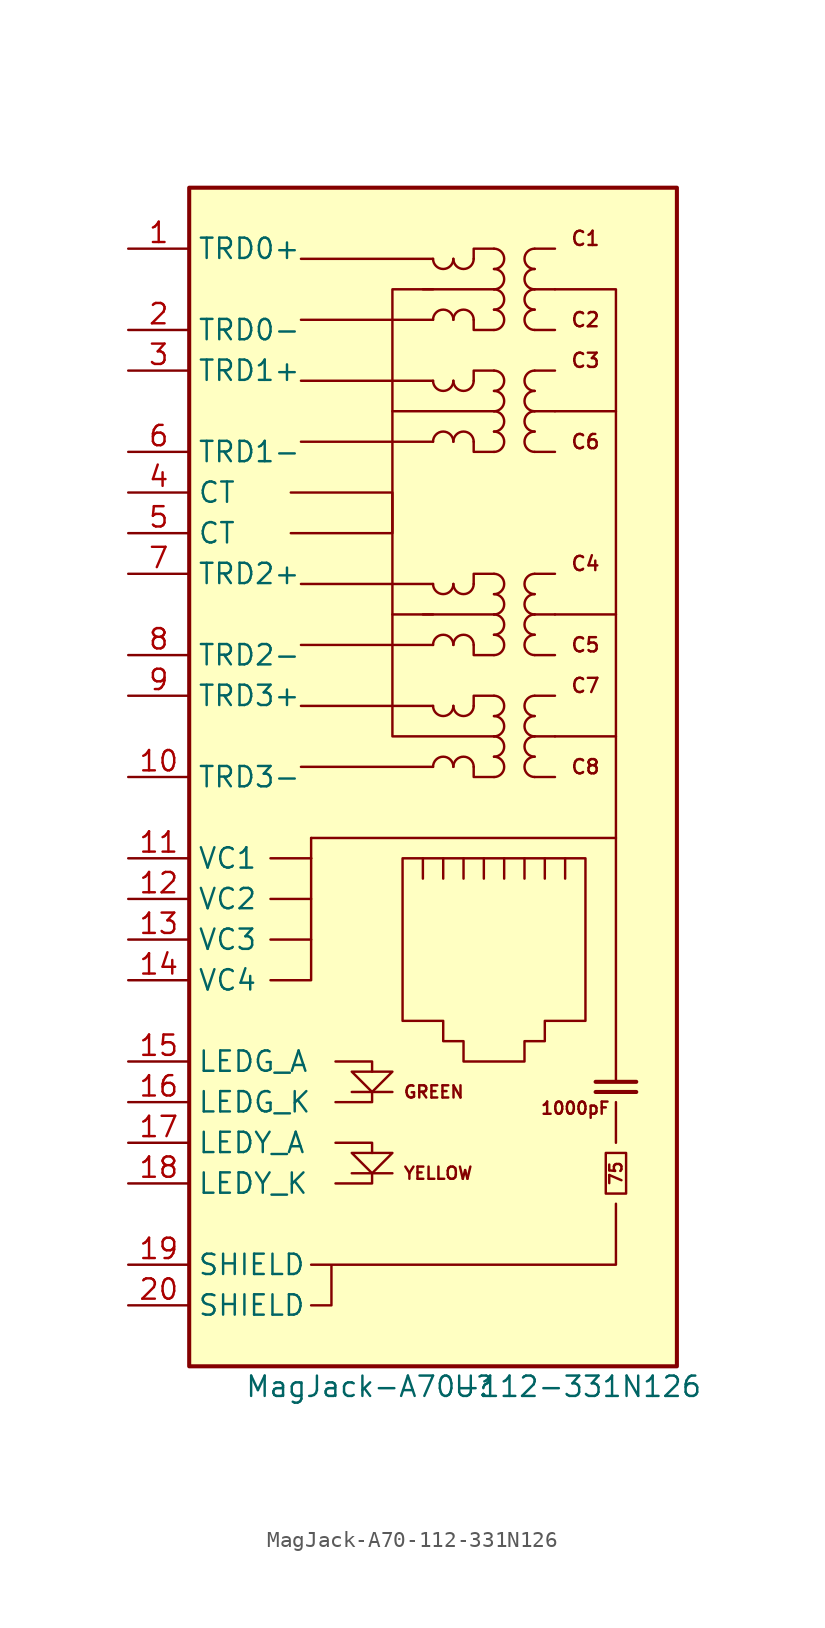
<source format=kicad_sym>
(kicad_symbol_lib
  (version 20220914)
  (generator kicad_symbol_editor)
  (symbol "MagJack-A70-112-331N126"
    (property "Reference" "U"
      (at 0 0 0)
      (effects (font (size 1.27 1.27))))
    (property "Value" "MagJack-A70-112-331N126"
      (at 0 0 0)
      (effects (font (size 1.27 1.27))))
    (symbol "MagJack-A70-112-331N126_0_1"
      (polyline (pts (xy 1.27 40.64) (xy -5.08 40.64) (xy -5.08 48.26) (xy -2.54 48.26) (xy -5.08 48.26)) (stroke (width 0) (type default)) (fill (type none)))
      (polyline (pts (xy 1.27 60.96) (xy -5.08 60.96) (xy -5.08 68.58) (xy -2.54 68.58) (xy -5.08 68.58)) (stroke (width 0) (type default)) (fill (type none))))
    (symbol "MagJack-A70-112-331N126_1_1"
      (rectangle (start -17.78 1.27) (end 12.7 74.93) (stroke (width 0.254) (type default)) (fill (type background)))
      (arc (start -2.54 42.545) (mid -1.905 41.9127) (end -1.27 42.545) (stroke (width 0) (type default)) (fill (type none)))
      (arc (start -2.54 50.165) (mid -1.905 49.5327) (end -1.27 50.165) (stroke (width 0) (type default)) (fill (type none)))
      (arc (start -2.54 62.865) (mid -1.905 62.2327) (end -1.27 62.865) (stroke (width 0) (type default)) (fill (type none)))
      (arc (start -2.54 70.485) (mid -1.905 69.8527) (end -1.27 70.485) (stroke (width 0) (type default)) (fill (type none)))
      (arc (start -1.27 38.735) (mid -1.905 39.3673) (end -2.54 38.735) (stroke (width 0) (type default)) (fill (type none)))
      (arc (start -1.27 42.545) (mid -0.635 41.9127) (end 0 42.545) (stroke (width 0) (type default)) (fill (type none)))
      (arc (start -1.27 46.355) (mid -1.905 46.9873) (end -2.54 46.355) (stroke (width 0) (type default)) (fill (type none)))
      (arc (start -1.27 50.165) (mid -0.635 49.5327) (end 0 50.165) (stroke (width 0) (type default)) (fill (type none)))
      (arc (start -1.27 59.055) (mid -1.905 59.6873) (end -2.54 59.055) (stroke (width 0) (type default)) (fill (type none)))
      (arc (start -1.27 62.865) (mid -0.635 62.2327) (end 0 62.865) (stroke (width 0) (type default)) (fill (type none)))
      (arc (start -1.27 66.675) (mid -1.905 67.3073) (end -2.54 66.675) (stroke (width 0) (type default)) (fill (type none)))
      (arc (start -1.27 70.485) (mid -0.635 69.8527) (end 0 70.485) (stroke (width 0) (type default)) (fill (type none)))
      (polyline (pts (xy -12.7 27.94) (xy -10.16 27.94)) (stroke (width 0) (type default)) (fill (type none)))
      (polyline (pts (xy -12.7 30.48) (xy -10.16 30.48)) (stroke (width 0) (type default)) (fill (type none)))
      (polyline (pts (xy -12.7 33.02) (xy -10.16 33.02)) (stroke (width 0) (type default)) (fill (type none)))
      (polyline (pts (xy -10.16 33.02) (xy -10.16 34.29)) (stroke (width 0) (type default)) (fill (type none)))
      (polyline (pts (xy -5.08 13.335) (xy -7.62 13.335)) (stroke (width 0) (type default)) (fill (type none)))
      (polyline (pts (xy -5.08 18.415) (xy -7.62 18.415)) (stroke (width 0) (type default)) (fill (type none)))
      (polyline (pts (xy -5.08 48.26) (xy -5.08 60.96)) (stroke (width 0) (type default)) (fill (type none)))
      (polyline (pts (xy -3.175 31.75) (xy -3.175 33.02)) (stroke (width 0) (type default)) (fill (type none)))
      (polyline (pts (xy -3.175 48.26) (xy 1.27 48.26)) (stroke (width 0) (type default)) (fill (type none)))
      (polyline (pts (xy -3.175 68.58) (xy 1.27 68.58)) (stroke (width 0) (type default)) (fill (type none)))
      (polyline (pts (xy -2.54 38.735) (xy -10.795 38.735)) (stroke (width 0) (type default)) (fill (type none)))
      (polyline (pts (xy -2.54 42.545) (xy -10.795 42.545)) (stroke (width 0) (type default)) (fill (type none)))
      (polyline (pts (xy -2.54 46.355) (xy -10.795 46.355)) (stroke (width 0) (type default)) (fill (type none)))
      (polyline (pts (xy -2.54 50.165) (xy -10.795 50.165)) (stroke (width 0) (type default)) (fill (type none)))
      (polyline (pts (xy -2.54 59.055) (xy -10.795 59.055)) (stroke (width 0) (type default)) (fill (type none)))
      (polyline (pts (xy -2.54 62.865) (xy -10.795 62.865)) (stroke (width 0) (type default)) (fill (type none)))
      (polyline (pts (xy -2.54 66.675) (xy -10.795 66.675)) (stroke (width 0) (type default)) (fill (type none)))
      (polyline (pts (xy -2.54 70.485) (xy -10.795 70.485)) (stroke (width 0) (type default)) (fill (type none)))
      (polyline (pts (xy -1.905 33.02) (xy -1.905 31.75)) (stroke (width 0) (type default)) (fill (type none)))
      (polyline (pts (xy -0.635 33.02) (xy -0.635 31.75)) (stroke (width 0) (type default)) (fill (type none)))
      (polyline (pts (xy 0.635 33.02) (xy 0.635 31.75)) (stroke (width 0) (type default)) (fill (type none)))
      (polyline (pts (xy 1.905 33.02) (xy 1.905 31.75)) (stroke (width 0) (type default)) (fill (type none)))
      (polyline (pts (xy 3.175 33.02) (xy 3.175 31.75)) (stroke (width 0) (type default)) (fill (type none)))
      (polyline (pts (xy 3.81 38.1) (xy 5.08 38.1)) (stroke (width 0) (type default)) (fill (type none)))
      (polyline (pts (xy 3.81 40.64) (xy 5.08 40.64)) (stroke (width 0) (type default)) (fill (type none)))
      (polyline (pts (xy 3.81 43.18) (xy 5.08 43.18)) (stroke (width 0) (type default)) (fill (type none)))
      (polyline (pts (xy 3.81 45.72) (xy 5.08 45.72)) (stroke (width 0) (type default)) (fill (type none)))
      (polyline (pts (xy 3.81 48.26) (xy 5.08 48.26)) (stroke (width 0) (type default)) (fill (type none)))
      (polyline (pts (xy 3.81 50.8) (xy 5.08 50.8)) (stroke (width 0) (type default)) (fill (type none)))
      (polyline (pts (xy 3.81 58.42) (xy 5.08 58.42)) (stroke (width 0) (type default)) (fill (type none)))
      (polyline (pts (xy 3.81 60.96) (xy 5.08 60.96)) (stroke (width 0) (type default)) (fill (type none)))
      (polyline (pts (xy 3.81 63.5) (xy 5.08 63.5)) (stroke (width 0) (type default)) (fill (type none)))
      (polyline (pts (xy 3.81 66.04) (xy 5.08 66.04)) (stroke (width 0) (type default)) (fill (type none)))
      (polyline (pts (xy 3.81 68.58) (xy 5.08 68.58)) (stroke (width 0) (type default)) (fill (type none)))
      (polyline (pts (xy 3.81 71.12) (xy 5.08 71.12)) (stroke (width 0) (type default)) (fill (type none)))
      (polyline (pts (xy 4.445 31.75) (xy 4.445 33.02)) (stroke (width 0) (type default)) (fill (type none)))
      (polyline (pts (xy 5.08 40.64) (xy 8.89 40.64)) (stroke (width 0) (type default)) (fill (type none)))
      (polyline (pts (xy 5.08 48.26) (xy 8.89 48.26)) (stroke (width 0) (type default)) (fill (type none)))
      (polyline (pts (xy 5.08 60.96) (xy 8.89 60.96)) (stroke (width 0) (type default)) (fill (type none)))
      (polyline (pts (xy 5.715 31.75) (xy 5.715 33.02)) (stroke (width 0) (type default)) (fill (type none)))
      (polyline (pts (xy 7.62 18.415) (xy 10.16 18.415)) (stroke (width 0.254) (type default)) (fill (type none)))
      (polyline (pts (xy 7.62 19.05) (xy 10.16 19.05)) (stroke (width 0.254) (type default)) (fill (type none)))
      (polyline (pts (xy 8.89 15.24) (xy 8.89 17.78)) (stroke (width 0) (type default)) (fill (type none)))
      (polyline (pts (xy 8.89 19.05) (xy 8.89 34.29)) (stroke (width 0) (type default)) (fill (type none)))
      (polyline (pts (xy -10.16 33.02) (xy -10.16 25.4) (xy -12.7 25.4)) (stroke (width 0) (type default)) (fill (type none)))
      (polyline (pts (xy -8.636 12.7) (xy -6.35 12.7) (xy -6.35 13.335)) (stroke (width 0) (type default)) (fill (type none)))
      (polyline (pts (xy -8.636 15.24) (xy -6.35 15.24) (xy -6.35 14.605)) (stroke (width 0) (type default)) (fill (type none)))
      (polyline (pts (xy -8.636 20.32) (xy -6.35 20.32) (xy -6.35 19.685)) (stroke (width 0) (type default)) (fill (type none)))
      (polyline (pts (xy -6.35 18.415) (xy -6.35 17.78) (xy -8.636 17.78)) (stroke (width 0) (type default)) (fill (type none)))
      (polyline (pts (xy 0 38.735) (xy 0 38.1) (xy 1.27 38.1)) (stroke (width 0) (type default)) (fill (type none)))
      (polyline (pts (xy 0 46.355) (xy 0 45.72) (xy 1.27 45.72)) (stroke (width 0) (type default)) (fill (type none)))
      (polyline (pts (xy 0 59.055) (xy 0 58.42) (xy 1.27 58.42)) (stroke (width 0) (type default)) (fill (type none)))
      (polyline (pts (xy 0 66.675) (xy 0 66.04) (xy 1.27 66.04)) (stroke (width 0) (type default)) (fill (type none)))
      (polyline (pts (xy 1.27 43.18) (xy 0 43.18) (xy 0 42.545)) (stroke (width 0) (type default)) (fill (type none)))
      (polyline (pts (xy 1.27 50.8) (xy 0 50.8) (xy 0 50.165)) (stroke (width 0) (type default)) (fill (type none)))
      (polyline (pts (xy 1.27 63.5) (xy 0 63.5) (xy 0 62.865)) (stroke (width 0) (type default)) (fill (type none)))
      (polyline (pts (xy 1.27 71.12) (xy 0 71.12) (xy 0 70.485)) (stroke (width 0) (type default)) (fill (type none)))
      (polyline (pts (xy -11.43 53.34) (xy -5.08 53.34) (xy -5.08 55.88) (xy -11.43 55.88)) (stroke (width 0) (type default)) (fill (type none)))
      (polyline (pts (xy -10.16 34.29) (xy 8.89 34.29) (xy 8.89 68.58) (xy 5.08 68.58)) (stroke (width 0) (type default)) (fill (type none)))
      (polyline (pts (xy -7.62 19.685) (xy -5.08 19.685) (xy -6.35 18.415) (xy -7.62 19.685)) (stroke (width 0) (type default)) (fill (type none)))
      (polyline (pts (xy -5.08 14.605) (xy -7.62 14.605) (xy -6.35 13.335) (xy -5.08 14.605)) (stroke (width 0) (type default)) (fill (type none)))
      (polyline (pts (xy -10.16 5.08) (xy -8.89 5.08) (xy -8.89 7.62) (xy -10.16 7.62) (xy -8.89 7.62) (xy 8.89 7.62) (xy 8.89 11.43)) (stroke (width 0) (type default)) (fill (type none)))
      (polyline (pts (xy -4.445 33.02) (xy 6.985 33.02) (xy 6.985 22.86) (xy 4.445 22.86) (xy 4.445 21.59) (xy 3.175 21.59) (xy 3.175 20.32) (xy -0.635 20.32) (xy -0.635 21.59) (xy -1.905 21.59) (xy -1.905 22.86) (xy -4.445 22.86) (xy -4.445 33.02)) (stroke (width 0) (type default)) (fill (type none)))
      (arc (start 0 38.735) (mid -0.635 39.3673) (end -1.27 38.735) (stroke (width 0) (type default)) (fill (type none)))
      (arc (start 0 46.355) (mid -0.635 46.9873) (end -1.27 46.355) (stroke (width 0) (type default)) (fill (type none)))
      (arc (start 0 59.055) (mid -0.635 59.6873) (end -1.27 59.055) (stroke (width 0) (type default)) (fill (type none)))
      (arc (start 0 66.675) (mid -0.635 67.3073) (end -1.27 66.675) (stroke (width 0) (type default)) (fill (type none)))
      (arc (start 1.27 38.1) (mid 1.9023 38.735) (end 1.27 39.37) (stroke (width 0) (type default)) (fill (type none)))
      (arc (start 1.27 39.37) (mid 1.9023 40.005) (end 1.27 40.64) (stroke (width 0) (type default)) (fill (type none)))
      (arc (start 1.27 40.64) (mid 1.9023 41.275) (end 1.27 41.91) (stroke (width 0) (type default)) (fill (type none)))
      (arc (start 1.27 41.91) (mid 1.9023 42.545) (end 1.27 43.18) (stroke (width 0) (type default)) (fill (type none)))
      (arc (start 1.27 45.72) (mid 1.9023 46.355) (end 1.27 46.99) (stroke (width 0) (type default)) (fill (type none)))
      (arc (start 1.27 46.99) (mid 1.9023 47.625) (end 1.27 48.26) (stroke (width 0) (type default)) (fill (type none)))
      (arc (start 1.27 48.26) (mid 1.9023 48.895) (end 1.27 49.53) (stroke (width 0) (type default)) (fill (type none)))
      (arc (start 1.27 49.53) (mid 1.9023 50.165) (end 1.27 50.8) (stroke (width 0) (type default)) (fill (type none)))
      (arc (start 1.27 58.42) (mid 1.9023 59.055) (end 1.27 59.69) (stroke (width 0) (type default)) (fill (type none)))
      (arc (start 1.27 59.69) (mid 1.9023 60.325) (end 1.27 60.96) (stroke (width 0) (type default)) (fill (type none)))
      (arc (start 1.27 60.96) (mid 1.9023 61.595) (end 1.27 62.23) (stroke (width 0) (type default)) (fill (type none)))
      (arc (start 1.27 62.23) (mid 1.9023 62.865) (end 1.27 63.5) (stroke (width 0) (type default)) (fill (type none)))
      (arc (start 1.27 66.04) (mid 1.9023 66.675) (end 1.27 67.31) (stroke (width 0) (type default)) (fill (type none)))
      (arc (start 1.27 67.31) (mid 1.9023 67.945) (end 1.27 68.58) (stroke (width 0) (type default)) (fill (type none)))
      (arc (start 1.27 68.58) (mid 1.9023 69.215) (end 1.27 69.85) (stroke (width 0) (type default)) (fill (type none)))
      (arc (start 1.27 69.85) (mid 1.9023 70.485) (end 1.27 71.12) (stroke (width 0) (type default)) (fill (type none)))
      (arc (start 3.81 39.37) (mid 3.1777 38.735) (end 3.81 38.1) (stroke (width 0) (type default)) (fill (type none)))
      (arc (start 3.81 40.64) (mid 3.1777 40.005) (end 3.81 39.37) (stroke (width 0) (type default)) (fill (type none)))
      (arc (start 3.81 41.91) (mid 3.1777 41.275) (end 3.81 40.64) (stroke (width 0) (type default)) (fill (type none)))
      (arc (start 3.81 43.18) (mid 3.1777 42.545) (end 3.81 41.91) (stroke (width 0) (type default)) (fill (type none)))
      (arc (start 3.81 46.99) (mid 3.1777 46.355) (end 3.81 45.72) (stroke (width 0) (type default)) (fill (type none)))
      (arc (start 3.81 48.26) (mid 3.1777 47.625) (end 3.81 46.99) (stroke (width 0) (type default)) (fill (type none)))
      (arc (start 3.81 49.53) (mid 3.1777 48.895) (end 3.81 48.26) (stroke (width 0) (type default)) (fill (type none)))
      (arc (start 3.81 50.8) (mid 3.1777 50.165) (end 3.81 49.53) (stroke (width 0) (type default)) (fill (type none)))
      (arc (start 3.81 59.69) (mid 3.1777 59.055) (end 3.81 58.42) (stroke (width 0) (type default)) (fill (type none)))
      (arc (start 3.81 60.96) (mid 3.1777 60.325) (end 3.81 59.69) (stroke (width 0) (type default)) (fill (type none)))
      (arc (start 3.81 62.23) (mid 3.1777 61.595) (end 3.81 60.96) (stroke (width 0) (type default)) (fill (type none)))
      (arc (start 3.81 63.5) (mid 3.1777 62.865) (end 3.81 62.23) (stroke (width 0) (type default)) (fill (type none)))
      (arc (start 3.81 67.31) (mid 3.1777 66.675) (end 3.81 66.04) (stroke (width 0) (type default)) (fill (type none)))
      (arc (start 3.81 68.58) (mid 3.1777 67.945) (end 3.81 67.31) (stroke (width 0) (type default)) (fill (type none)))
      (arc (start 3.81 69.85) (mid 3.1777 69.215) (end 3.81 68.58) (stroke (width 0) (type default)) (fill (type none)))
      (arc (start 3.81 71.12) (mid 3.1777 70.485) (end 3.81 69.85) (stroke (width 0) (type default)) (fill (type none)))
      (rectangle (start 9.525 12.065) (end 8.255 14.605) (stroke (width 0) (type default)) (fill (type none)))
      (text "1000pF" (at 6.35 17.399 0) (effects (font (size 0.762 0.762))))
      (text "75" (at 8.89 13.335 900) (effects (font (size 0.762 0.762))))
      (text "C1" (at 6.985 71.755 0) (effects (font (size 0.889 0.889))))
      (text "C2" (at 6.985 66.675 0) (effects (font (size 0.889 0.889))))
      (text "C3" (at 6.985 64.135 0) (effects (font (size 0.889 0.889))))
      (text "C4" (at 6.985 51.435 0) (effects (font (size 0.889 0.889))))
      (text "C5" (at 6.985 46.355 0) (effects (font (size 0.889 0.889))))
      (text "C6" (at 6.985 59.055 0) (effects (font (size 0.889 0.889))))
      (text "C7" (at 6.985 43.815 0) (effects (font (size 0.889 0.889))))
      (text "C8" (at 6.985 38.735 0) (effects (font (size 0.889 0.889))))
      (text "GREEN" (at -4.445 18.415 0) (effects (font (size 0.762 0.762)) (justify left)))
      (text "YELLOW" (at -4.445 13.335 0) (effects (font (size 0.762 0.762)) (justify left)))
      (pin passive line (at -21.59 71.12 0) (length 3.81) (name "TRD0+" (effects (font (size 1.27 1.27)))) (number "1" (effects (font (size 1.27 1.27)))))
      (pin passive line (at -21.59 38.1 0) (length 3.81) (name "TRD3-" (effects (font (size 1.27 1.27)))) (number "10" (effects (font (size 1.27 1.27)))))
      (pin passive line (at -21.59 33.02 0) (length 3.81) (name "VC1" (effects (font (size 1.27 1.27)))) (number "11" (effects (font (size 1.27 1.27)))))
      (pin passive line (at -21.59 30.48 0) (length 3.81) (name "VC2" (effects (font (size 1.27 1.27)))) (number "12" (effects (font (size 1.27 1.27)))))
      (pin passive line (at -21.59 27.94 0) (length 3.81) (name "VC3" (effects (font (size 1.27 1.27)))) (number "13" (effects (font (size 1.27 1.27)))))
      (pin passive line (at -21.59 25.4 0) (length 3.81) (name "VC4" (effects (font (size 1.27 1.27)))) (number "14" (effects (font (size 1.27 1.27)))))
      (pin passive line (at -21.59 20.32 0) (length 3.81) (name "LEDG_A" (effects (font (size 1.27 1.27)))) (number "15" (effects (font (size 1.27 1.27)))))
      (pin passive line (at -21.59 17.78 0) (length 3.81) (name "LEDG_K" (effects (font (size 1.27 1.27)))) (number "16" (effects (font (size 1.27 1.27)))))
      (pin passive line (at -21.59 15.24 0) (length 3.81) (name "LEDY_A" (effects (font (size 1.27 1.27)))) (number "17" (effects (font (size 1.27 1.27)))))
      (pin passive line (at -21.59 12.7 0) (length 3.81) (name "LEDY_K" (effects (font (size 1.27 1.27)))) (number "18" (effects (font (size 1.27 1.27)))))
      (pin passive line (at -21.59 7.62 0) (length 3.81) (name "SHIELD" (effects (font (size 1.27 1.27)))) (number "19" (effects (font (size 1.27 1.27)))))
      (pin passive line (at -21.59 66.04 0) (length 3.81) (name "TRD0-" (effects (font (size 1.27 1.27)))) (number "2" (effects (font (size 1.27 1.27)))))
      (pin passive line (at -21.59 5.08 0) (length 3.81) (name "SHIELD" (effects (font (size 1.27 1.27)))) (number "20" (effects (font (size 1.27 1.27)))))
      (pin passive line (at -21.59 63.5 0) (length 3.81) (name "TRD1+" (effects (font (size 1.27 1.27)))) (number "3" (effects (font (size 1.27 1.27)))))
      (pin passive line (at -21.59 55.88 0) (length 3.81) (name "CT" (effects (font (size 1.27 1.27)))) (number "4" (effects (font (size 1.27 1.27)))))
      (pin passive line (at -21.59 53.34 0) (length 3.81) (name "CT" (effects (font (size 1.27 1.27)))) (number "5" (effects (font (size 1.27 1.27)))))
      (pin passive line (at -21.59 58.42 0) (length 3.81) (name "TRD1-" (effects (font (size 1.27 1.27)))) (number "6" (effects (font (size 1.27 1.27)))))
      (pin passive line (at -21.59 50.8 0) (length 3.81) (name "TRD2+" (effects (font (size 1.27 1.27)))) (number "7" (effects (font (size 1.27 1.27)))))
      (pin passive line (at -21.59 45.72 0) (length 3.81) (name "TRD2-" (effects (font (size 1.27 1.27)))) (number "8" (effects (font (size 1.27 1.27)))))
      (pin passive line (at -21.59 43.18 0) (length 3.81) (name "TRD3+" (effects (font (size 1.27 1.27)))) (number "9" (effects (font (size 1.27 1.27))))))))
</source>
